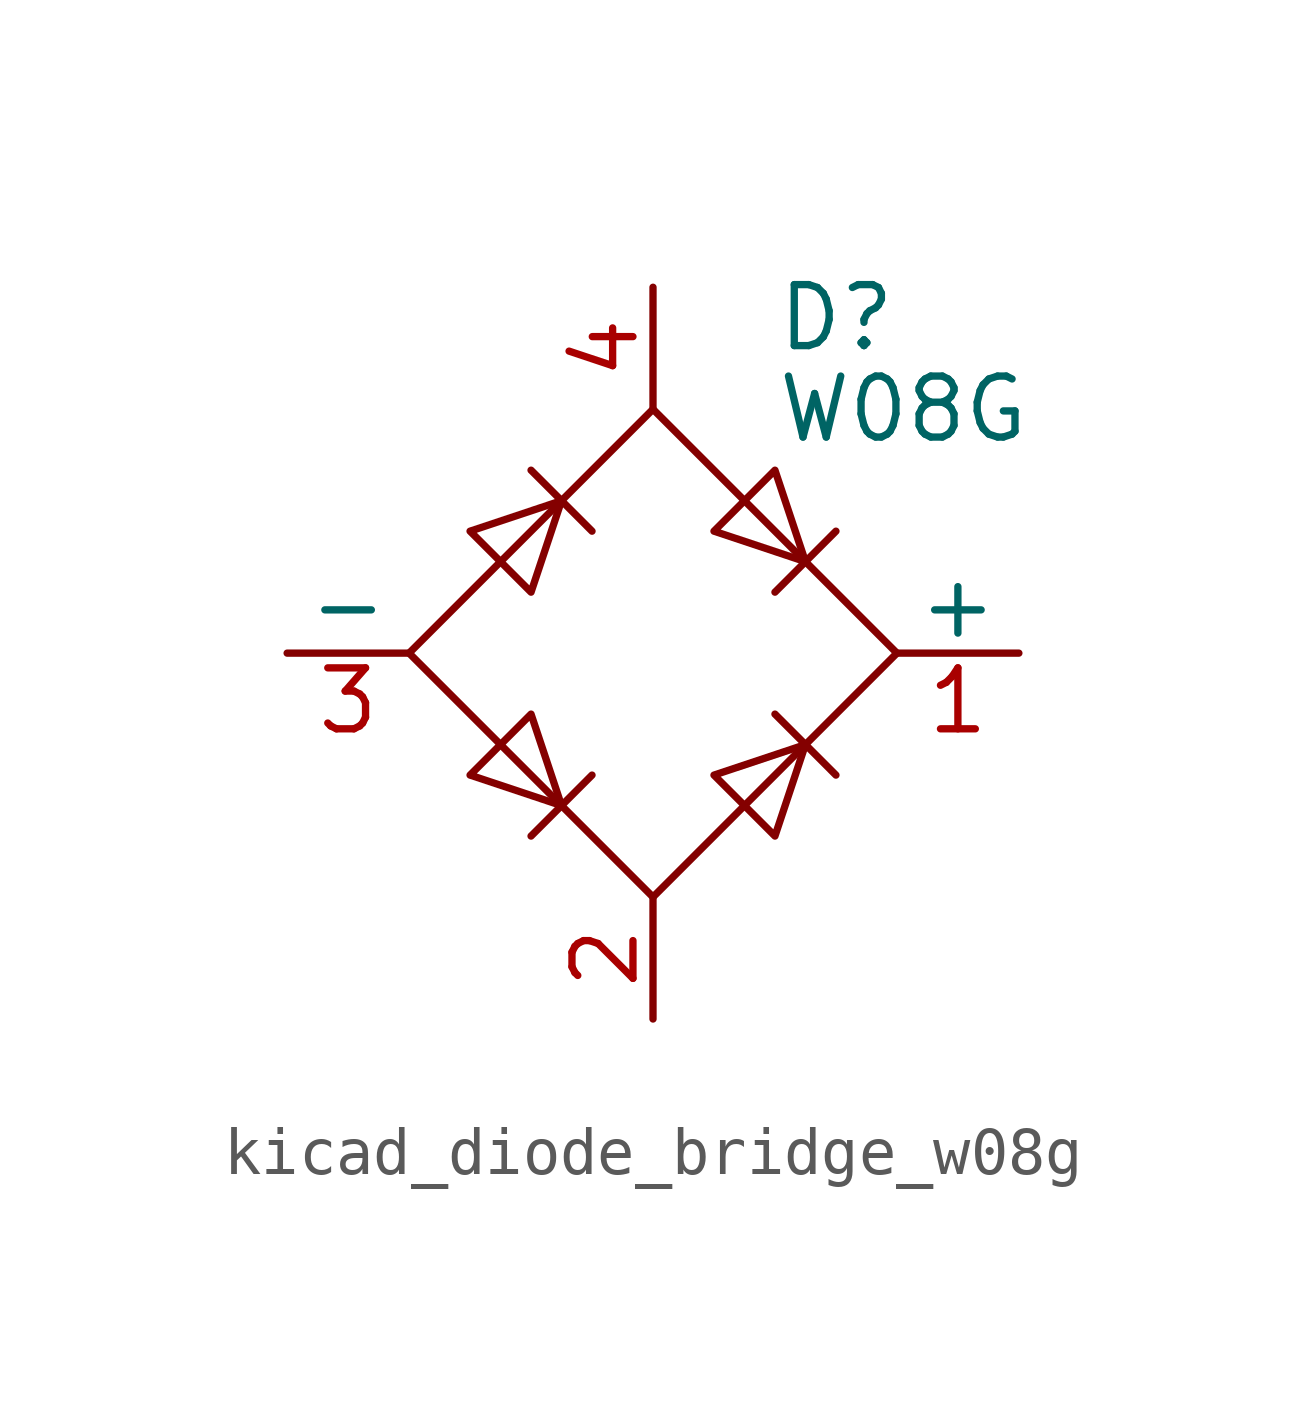
<source format=kicad_sym>
(kicad_symbol_lib
  (version 20220914)
  (generator kicad_symbol_editor)
  (symbol "kicad_diode_bridge_w08g"
    (pin_names
      (offset 0))
    (property "Reference" "D"
      (at 2.54 6.985 0)
      (effects (font (size 1.27 1.27)) (justify left)))
    (property "Value" "W08G"
      (at 2.54 5.08 0)
      (effects (font (size 1.27 1.27)) (justify left)))
    (symbol "kicad_diode_bridge_w08g_0_1"
      (polyline (pts (xy -2.54 3.81) (xy -1.27 2.54)) (stroke (width 0) (type default)) (fill (type none)))
      (polyline (pts (xy -1.27 -2.54) (xy -2.54 -3.81)) (stroke (width 0) (type default)) (fill (type none)))
      (polyline (pts (xy 2.54 -1.27) (xy 3.81 -2.54)) (stroke (width 0) (type default)) (fill (type none)))
      (polyline (pts (xy 2.54 1.27) (xy 3.81 2.54)) (stroke (width 0) (type default)) (fill (type none)))
      (polyline (pts (xy -3.81 2.54) (xy -2.54 1.27) (xy -1.905 3.175) (xy -3.81 2.54)) (stroke (width 0) (type default)) (fill (type none)))
      (polyline (pts (xy -2.54 -1.27) (xy -3.81 -2.54) (xy -1.905 -3.175) (xy -2.54 -1.27)) (stroke (width 0) (type default)) (fill (type none)))
      (polyline (pts (xy 1.27 2.54) (xy 2.54 3.81) (xy 3.175 1.905) (xy 1.27 2.54)) (stroke (width 0) (type default)) (fill (type none)))
      (polyline (pts (xy 3.175 -1.905) (xy 1.27 -2.54) (xy 2.54 -3.81) (xy 3.175 -1.905)) (stroke (width 0) (type default)) (fill (type none)))
      (polyline (pts (xy -5.08 0) (xy 0 -5.08) (xy 5.08 0) (xy 0 5.08) (xy -5.08 0)) (stroke (width 0) (type default)) (fill (type none))))
    (symbol "kicad_diode_bridge_w08g_1_1"
      (pin passive line (at 7.62 0 180) (length 2.54) (name "+" (effects (font (size 1.27 1.27)))) (number "1" (effects (font (size 1.27 1.27)))))
      (pin passive line (at 0 -7.62 90) (length 2.54) (name "~" (effects (font (size 1.27 1.27)))) (number "2" (effects (font (size 1.27 1.27)))))
      (pin passive line (at -7.62 0 0) (length 2.54) (name "-" (effects (font (size 1.27 1.27)))) (number "3" (effects (font (size 1.27 1.27)))))
      (pin passive line (at 0 7.62 270) (length 2.54) (name "~" (effects (font (size 1.27 1.27)))) (number "4" (effects (font (size 1.27 1.27))))))))
</source>
